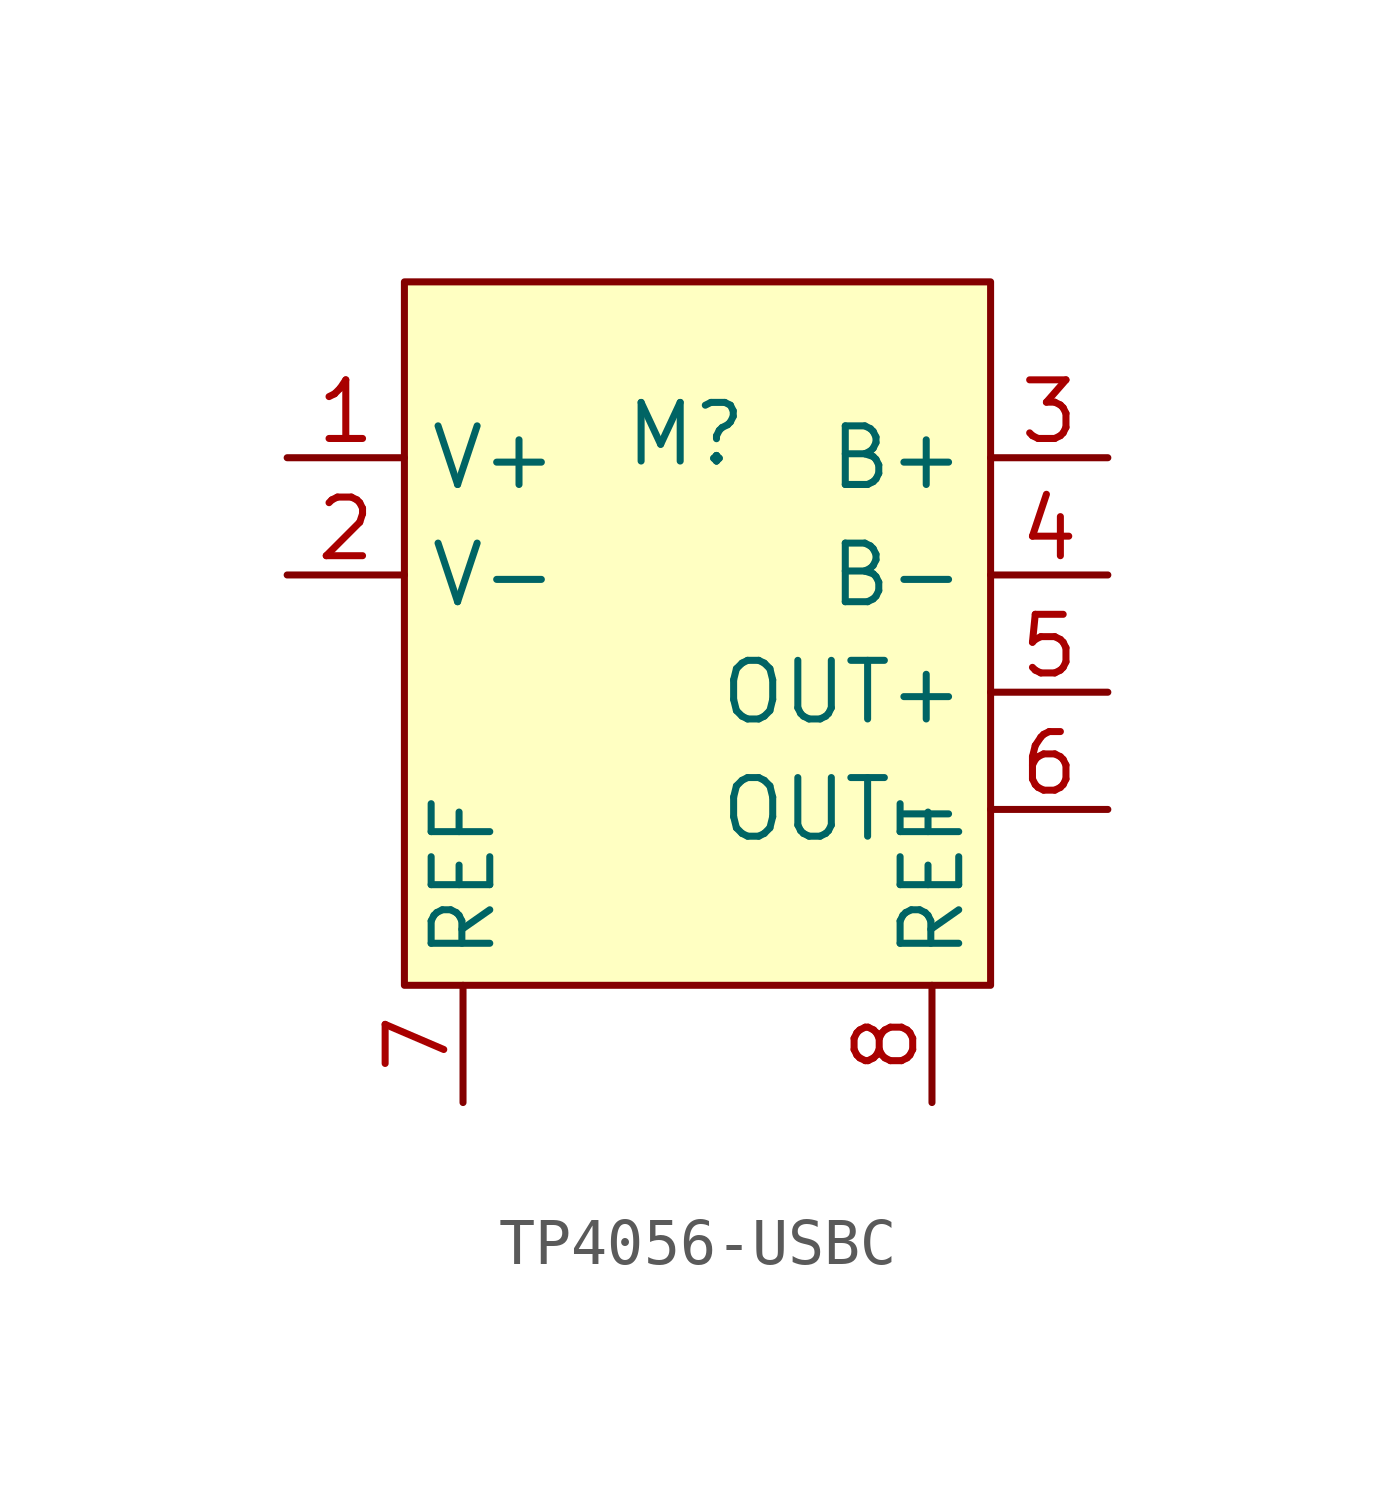
<source format=kicad_sym>
(kicad_symbol_lib
  (version 20231120)
  (generator "kicad_symbol_editor")
  (generator_version "8.0")
  (symbol "TP4056-USBC"
    (property "Reference" "M"
      (at 6.096 -3.302 0)
      (effects (font (size 1.27 1.27))))
    (property "Value" ""
      (at 0 0 0)
      (effects (font (size 1.27 1.27))))
    (symbol "TP4056-USBC_1_1"
      (rectangle (start 0 0) (end 12.7 -15.24) (stroke (width 0) (type default)) (fill (type background)))
      (pin power_in line (at -2.54 -3.81 0) (length 2.54) (name "V+" (effects (font (size 1.27 1.27)))) (number "1" (effects (font (size 1.27 1.27)))))
      (pin power_in line (at -2.54 -6.35 0) (length 2.54) (name "V-" (effects (font (size 1.27 1.27)))) (number "2" (effects (font (size 1.27 1.27)))))
      (pin power_out line (at 15.24 -3.81 180) (length 2.54) (name "B+" (effects (font (size 1.27 1.27)))) (number "3" (effects (font (size 1.27 1.27)))))
      (pin power_out line (at 15.24 -6.35 180) (length 2.54) (name "B-" (effects (font (size 1.27 1.27)))) (number "4" (effects (font (size 1.27 1.27)))))
      (pin power_out line (at 15.24 -8.89 180) (length 2.54) (name "OUT+" (effects (font (size 1.27 1.27)))) (number "5" (effects (font (size 1.27 1.27)))))
      (pin power_out line (at 15.24 -11.43 180) (length 2.54) (name "OUT-" (effects (font (size 1.27 1.27)))) (number "6" (effects (font (size 1.27 1.27)))))
      (pin input line (at 1.27 -17.78 90) (length 2.54) (name "REF" (effects (font (size 1.27 1.27)))) (number "7" (effects (font (size 1.27 1.27)))))
      (pin input line (at 11.43 -17.78 90) (length 2.54) (name "REF" (effects (font (size 1.27 1.27)))) (number "8" (effects (font (size 1.27 1.27))))))))
</source>
